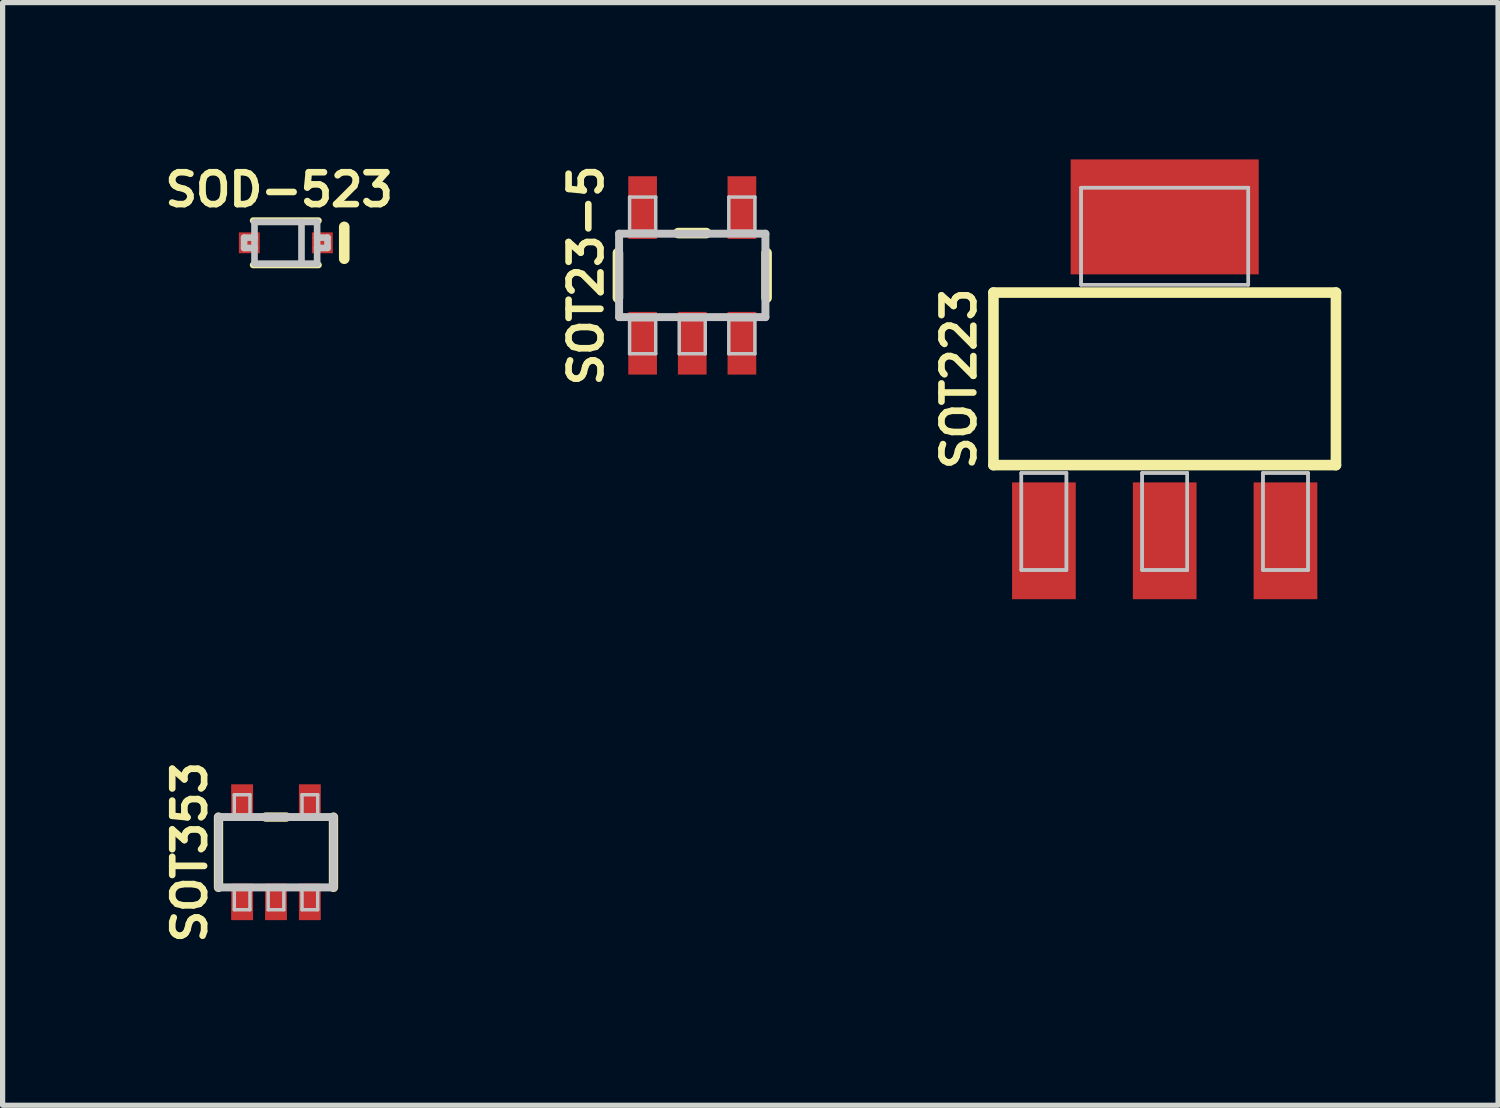
<source format=kicad_pcb>
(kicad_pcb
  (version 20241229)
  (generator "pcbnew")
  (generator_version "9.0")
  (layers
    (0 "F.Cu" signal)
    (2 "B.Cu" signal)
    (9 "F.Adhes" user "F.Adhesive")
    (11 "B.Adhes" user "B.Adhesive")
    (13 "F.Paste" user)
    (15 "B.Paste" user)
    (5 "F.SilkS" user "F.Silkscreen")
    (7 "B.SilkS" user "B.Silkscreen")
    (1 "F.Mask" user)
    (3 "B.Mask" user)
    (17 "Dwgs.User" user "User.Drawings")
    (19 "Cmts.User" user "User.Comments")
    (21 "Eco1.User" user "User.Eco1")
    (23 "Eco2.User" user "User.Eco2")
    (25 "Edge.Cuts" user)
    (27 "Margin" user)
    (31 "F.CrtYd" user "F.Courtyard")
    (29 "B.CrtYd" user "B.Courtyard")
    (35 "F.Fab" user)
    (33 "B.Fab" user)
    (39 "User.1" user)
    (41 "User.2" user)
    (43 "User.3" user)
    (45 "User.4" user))
  (footprint "SOT23-5"
    (layer "F.Cu")
    (at 10.196 2.22)
    (property "Reference" "SOT23-5" (at -2.032 0 90) (layer "F.SilkS") (effects (font (size 0.61 0.61) (thickness 0.127))))
    (attr smd)
    (fp_line (start -1.422 0.429) (end -1.422 -0.429) (stroke (width 0.203) (type solid)) (layer "F.SilkS"))
    (fp_line (start -0.267 -0.81) (end 0.267 -0.81) (stroke (width 0.203) (type solid)) (layer "F.SilkS"))
    (fp_line (start 1.422 -0.429) (end 1.422 0.429) (stroke (width 0.203) (type solid)) (layer "F.SilkS"))
    (fp_line (start -1.4 -0.798) (end -1.4 0.798) (stroke (width 0.152) (type solid)) (layer "Dwgs.User"))
    (fp_line (start -1.4 -0.798) (end 1.4 -0.798) (stroke (width 0.152) (type solid)) (layer "Dwgs.User"))
    (fp_line (start -1.199 -1.499) (end -0.699 -1.499) (stroke (width 0.066) (type solid)) (layer "Dwgs.User"))
    (fp_line (start -1.199 -0.848) (end -1.199 -1.499) (stroke (width 0.066) (type solid)) (layer "Dwgs.User"))
    (fp_line (start -1.199 -0.848) (end -0.699 -0.848) (stroke (width 0.066) (type solid)) (layer "Dwgs.User"))
    (fp_line (start -1.199 0.848) (end -0.699 0.848) (stroke (width 0.066) (type solid)) (layer "Dwgs.User"))
    (fp_line (start -1.199 1.499) (end -1.199 0.848) (stroke (width 0.066) (type solid)) (layer "Dwgs.User"))
    (fp_line (start -1.199 1.499) (end -0.699 1.499) (stroke (width 0.066) (type solid)) (layer "Dwgs.User"))
    (fp_line (start -0.699 -0.848) (end -0.699 -1.499) (stroke (width 0.066) (type solid)) (layer "Dwgs.User"))
    (fp_line (start -0.699 1.499) (end -0.699 0.848) (stroke (width 0.066) (type solid)) (layer "Dwgs.User"))
    (fp_line (start -0.249 0.848) (end 0.249 0.848) (stroke (width 0.066) (type solid)) (layer "Dwgs.User"))
    (fp_line (start -0.249 1.499) (end -0.249 0.848) (stroke (width 0.066) (type solid)) (layer "Dwgs.User"))
    (fp_line (start -0.249 1.499) (end 0.249 1.499) (stroke (width 0.066) (type solid)) (layer "Dwgs.User"))
    (fp_line (start 0.249 1.499) (end 0.249 0.848) (stroke (width 0.066) (type solid)) (layer "Dwgs.User"))
    (fp_line (start 0.699 -1.499) (end 1.199 -1.499) (stroke (width 0.066) (type solid)) (layer "Dwgs.User"))
    (fp_line (start 0.699 -0.848) (end 0.699 -1.499) (stroke (width 0.066) (type solid)) (layer "Dwgs.User"))
    (fp_line (start 0.699 -0.848) (end 1.199 -0.848) (stroke (width 0.066) (type solid)) (layer "Dwgs.User"))
    (fp_line (start 0.699 0.848) (end 1.199 0.848) (stroke (width 0.066) (type solid)) (layer "Dwgs.User"))
    (fp_line (start 0.699 1.499) (end 0.699 0.848) (stroke (width 0.066) (type solid)) (layer "Dwgs.User"))
    (fp_line (start 0.699 1.499) (end 1.199 1.499) (stroke (width 0.066) (type solid)) (layer "Dwgs.User"))
    (fp_line (start 1.199 -0.848) (end 1.199 -1.499) (stroke (width 0.066) (type solid)) (layer "Dwgs.User"))
    (fp_line (start 1.199 1.499) (end 1.199 0.848) (stroke (width 0.066) (type solid)) (layer "Dwgs.User"))
    (fp_line (start 1.4 -0.798) (end 1.4 0.798) (stroke (width 0.152) (type solid)) (layer "Dwgs.User"))
    (fp_line (start 1.4 0.798) (end -1.4 0.798) (stroke (width 0.152) (type solid)) (layer "Dwgs.User"))
    (pad "1" smd rect (at -0.95 1.298) (size 0.549 1.199) (layers "F.Cu" "F.Mask" "F.Paste"))
    (pad "2" smd rect (at 0 1.298) (size 0.549 1.199) (layers "F.Cu" "F.Mask" "F.Paste"))
    (pad "3" smd rect (at 0.95 1.298) (size 0.549 1.199) (layers "F.Cu" "F.Mask" "F.Paste"))
    (pad "4" smd rect (at 0.95 -1.298) (size 0.549 1.199) (layers "F.Cu" "F.Mask" "F.Paste"))
    (pad "5" smd rect (at -0.95 -1.298) (size 0.549 1.199) (layers "F.Cu" "F.Mask" "F.Paste")))
  (footprint "SOT353"
    (layer "F.Cu")
    (at 2.231 13.257)
    (property "Reference" "SOT353" (at -1.651 0 90) (layer "F.SilkS") (effects (font (size 0.61 0.61) (thickness 0.127))))
    (attr smd)
    (fp_line (start -1.1 0.673) (end -1.1 -0.673) (stroke (width 0.178) (type solid)) (layer "F.SilkS"))
    (fp_line (start -0.198 -0.673) (end 0.198 -0.673) (stroke (width 0.178) (type solid)) (layer "F.SilkS"))
    (fp_line (start 1.1 -0.673) (end 1.1 0.673) (stroke (width 0.178) (type solid)) (layer "F.SilkS"))
    (fp_line (start -1.1 -0.673) (end 1.1 -0.673) (stroke (width 0.152) (type solid)) (layer "Dwgs.User"))
    (fp_line (start -1.1 0.673) (end -1.1 -0.673) (stroke (width 0.152) (type solid)) (layer "Dwgs.User"))
    (fp_line (start -0.798 -1.1) (end -0.498 -1.1) (stroke (width 0.066) (type solid)) (layer "Dwgs.User"))
    (fp_line (start -0.798 -0.699) (end -0.798 -1.1) (stroke (width 0.066) (type solid)) (layer "Dwgs.User"))
    (fp_line (start -0.798 -0.699) (end -0.498 -0.699) (stroke (width 0.066) (type solid)) (layer "Dwgs.User"))
    (fp_line (start -0.798 0.699) (end -0.498 0.699) (stroke (width 0.066) (type solid)) (layer "Dwgs.User"))
    (fp_line (start -0.798 1.1) (end -0.798 0.699) (stroke (width 0.066) (type solid)) (layer "Dwgs.User"))
    (fp_line (start -0.798 1.1) (end -0.498 1.1) (stroke (width 0.066) (type solid)) (layer "Dwgs.User"))
    (fp_line (start -0.498 -0.699) (end -0.498 -1.1) (stroke (width 0.066) (type solid)) (layer "Dwgs.User"))
    (fp_line (start -0.498 1.1) (end -0.498 0.699) (stroke (width 0.066) (type solid)) (layer "Dwgs.User"))
    (fp_line (start -0.15 0.699) (end 0.15 0.699) (stroke (width 0.066) (type solid)) (layer "Dwgs.User"))
    (fp_line (start -0.15 1.1) (end -0.15 0.699) (stroke (width 0.066) (type solid)) (layer "Dwgs.User"))
    (fp_line (start -0.15 1.1) (end 0.15 1.1) (stroke (width 0.066) (type solid)) (layer "Dwgs.User"))
    (fp_line (start 0.15 1.1) (end 0.15 0.699) (stroke (width 0.066) (type solid)) (layer "Dwgs.User"))
    (fp_line (start 0.498 -1.1) (end 0.798 -1.1) (stroke (width 0.066) (type solid)) (layer "Dwgs.User"))
    (fp_line (start 0.498 -0.699) (end 0.498 -1.1) (stroke (width 0.066) (type solid)) (layer "Dwgs.User"))
    (fp_line (start 0.498 -0.699) (end 0.798 -0.699) (stroke (width 0.066) (type solid)) (layer "Dwgs.User"))
    (fp_line (start 0.498 0.699) (end 0.798 0.699) (stroke (width 0.066) (type solid)) (layer "Dwgs.User"))
    (fp_line (start 0.498 1.1) (end 0.498 0.699) (stroke (width 0.066) (type solid)) (layer "Dwgs.User"))
    (fp_line (start 0.498 1.1) (end 0.798 1.1) (stroke (width 0.066) (type solid)) (layer "Dwgs.User"))
    (fp_line (start 0.798 -0.699) (end 0.798 -1.1) (stroke (width 0.066) (type solid)) (layer "Dwgs.User"))
    (fp_line (start 0.798 1.1) (end 0.798 0.699) (stroke (width 0.066) (type solid)) (layer "Dwgs.User"))
    (fp_line (start 1.1 -0.673) (end 1.1 0.673) (stroke (width 0.152) (type solid)) (layer "Dwgs.User"))
    (fp_line (start 1.1 0.673) (end -1.1 0.673) (stroke (width 0.152) (type solid)) (layer "Dwgs.User"))
    (pad "1" smd rect (at -0.648 0.95) (size 0.419 0.699) (layers "F.Cu" "F.Mask" "F.Paste"))
    (pad "2" smd rect (at 0 0.95) (size 0.419 0.699) (layers "F.Cu" "F.Mask" "F.Paste"))
    (pad "3" smd rect (at 0.648 0.95) (size 0.419 0.699) (layers "F.Cu" "F.Mask" "F.Paste"))
    (pad "4" smd rect (at 0.648 -0.95) (size 0.419 0.699) (layers "F.Cu" "F.Mask" "F.Paste"))
    (pad "5" smd rect (at -0.648 -0.95) (size 0.419 0.699) (layers "F.Cu" "F.Mask" "F.Paste")))
  (footprint "SOT223"
    (layer "F.Cu")
    (at 19.236 4.199)
    (property "Reference" "SOT223" (at -3.937 0 90) (layer "F.SilkS") (effects (font (size 0.61 0.61) (thickness 0.127))))
    (attr smd)
    (fp_line (start -3.277 -1.651) (end 3.277 -1.651) (stroke (width 0.203) (type solid)) (layer "F.SilkS"))
    (fp_line (start -3.277 1.651) (end -3.277 -1.651) (stroke (width 0.203) (type solid)) (layer "F.SilkS"))
    (fp_line (start 3.277 -1.651) (end 3.277 1.651) (stroke (width 0.203) (type solid)) (layer "F.SilkS"))
    (fp_line (start 3.277 1.651) (end -3.277 1.651) (stroke (width 0.203) (type solid)) (layer "F.SilkS"))
    (fp_line (start -2.743 1.801) (end -1.88 1.801) (stroke (width 0.066) (type solid)) (layer "Dwgs.User"))
    (fp_line (start -2.743 1.801) (end -1.88 1.801) (stroke (width 0.066) (type solid)) (layer "Dwgs.User"))
    (fp_line (start -2.743 3.658) (end -2.743 1.801) (stroke (width 0.066) (type solid)) (layer "Dwgs.User"))
    (fp_line (start -2.743 3.658) (end -2.743 1.801) (stroke (width 0.066) (type solid)) (layer "Dwgs.User"))
    (fp_line (start -2.743 3.658) (end -1.88 3.658) (stroke (width 0.066) (type solid)) (layer "Dwgs.User"))
    (fp_line (start -2.743 3.658) (end -1.88 3.658) (stroke (width 0.066) (type solid)) (layer "Dwgs.User"))
    (fp_line (start -1.88 3.658) (end -1.88 1.801) (stroke (width 0.066) (type solid)) (layer "Dwgs.User"))
    (fp_line (start -1.88 3.658) (end -1.88 1.801) (stroke (width 0.066) (type solid)) (layer "Dwgs.User"))
    (fp_line (start -1.6 -3.658) (end 1.6 -3.658) (stroke (width 0.066) (type solid)) (layer "Dwgs.User"))
    (fp_line (start -1.6 -3.658) (end 1.6 -3.658) (stroke (width 0.066) (type solid)) (layer "Dwgs.User"))
    (fp_line (start -1.6 -1.801) (end -1.6 -3.658) (stroke (width 0.066) (type solid)) (layer "Dwgs.User"))
    (fp_line (start -1.6 -1.801) (end -1.6 -3.658) (stroke (width 0.066) (type solid)) (layer "Dwgs.User"))
    (fp_line (start -1.6 -1.801) (end 1.6 -1.801) (stroke (width 0.066) (type solid)) (layer "Dwgs.User"))
    (fp_line (start -1.6 -1.801) (end 1.6 -1.801) (stroke (width 0.066) (type solid)) (layer "Dwgs.User"))
    (fp_line (start -0.432 1.801) (end 0.432 1.801) (stroke (width 0.066) (type solid)) (layer "Dwgs.User"))
    (fp_line (start -0.432 1.801) (end 0.432 1.801) (stroke (width 0.066) (type solid)) (layer "Dwgs.User"))
    (fp_line (start -0.432 3.658) (end -0.432 1.801) (stroke (width 0.066) (type solid)) (layer "Dwgs.User"))
    (fp_line (start -0.432 3.658) (end -0.432 1.801) (stroke (width 0.066) (type solid)) (layer "Dwgs.User"))
    (fp_line (start -0.432 3.658) (end 0.432 3.658) (stroke (width 0.066) (type solid)) (layer "Dwgs.User"))
    (fp_line (start -0.432 3.658) (end 0.432 3.658) (stroke (width 0.066) (type solid)) (layer "Dwgs.User"))
    (fp_line (start 0.432 3.658) (end 0.432 1.801) (stroke (width 0.066) (type solid)) (layer "Dwgs.User"))
    (fp_line (start 0.432 3.658) (end 0.432 1.801) (stroke (width 0.066) (type solid)) (layer "Dwgs.User"))
    (fp_line (start 1.6 -1.801) (end 1.6 -3.658) (stroke (width 0.066) (type solid)) (layer "Dwgs.User"))
    (fp_line (start 1.6 -1.801) (end 1.6 -3.658) (stroke (width 0.066) (type solid)) (layer "Dwgs.User"))
    (fp_line (start 1.88 1.801) (end 2.743 1.801) (stroke (width 0.066) (type solid)) (layer "Dwgs.User"))
    (fp_line (start 1.88 1.801) (end 2.743 1.801) (stroke (width 0.066) (type solid)) (layer "Dwgs.User"))
    (fp_line (start 1.88 3.658) (end 1.88 1.801) (stroke (width 0.066) (type solid)) (layer "Dwgs.User"))
    (fp_line (start 1.88 3.658) (end 1.88 1.801) (stroke (width 0.066) (type solid)) (layer "Dwgs.User"))
    (fp_line (start 1.88 3.658) (end 2.743 3.658) (stroke (width 0.066) (type solid)) (layer "Dwgs.User"))
    (fp_line (start 1.88 3.658) (end 2.743 3.658) (stroke (width 0.066) (type solid)) (layer "Dwgs.User"))
    (fp_line (start 2.743 3.658) (end 2.743 1.801) (stroke (width 0.066) (type solid)) (layer "Dwgs.User"))
    (fp_line (start 2.743 3.658) (end 2.743 1.801) (stroke (width 0.066) (type solid)) (layer "Dwgs.User"))
    (pad "1" smd rect (at -2.311 3.099) (size 1.219 2.235) (layers "F.Cu" "F.Mask" "F.Paste"))
    (pad "2" smd rect (at 0 3.099) (size 1.219 2.235) (layers "F.Cu" "F.Mask" "F.Paste"))
    (pad "3" smd rect (at 2.311 3.099) (size 1.219 2.235) (layers "F.Cu" "F.Mask" "F.Paste"))
    (pad "4" smd rect (at 0 -3.099) (size 3.599 2.2) (layers "F.Cu" "F.Mask" "F.Paste")))
  (footprint "SOD-523"
    (layer "F.Cu")
    (at 2.419 1.596)
    (property "Reference" "SOD-523" (at -0.127 -1.016 0) (layer "F.SilkS") (effects (font (size 0.61 0.61) (thickness 0.127))))
    (attr smd)
    (fp_line (start -0.625 0.424) (end 0.625 0.424) (stroke (width 0.127) (type solid)) (layer "F.SilkS"))
    (fp_line (start 0.625 -0.424) (end -0.625 -0.424) (stroke (width 0.127) (type solid)) (layer "F.SilkS"))
    (fp_line (start 1.118 -0.305) (end 1.118 0.305) (stroke (width 0.203) (type solid)) (layer "F.SilkS"))
    (fp_line (start -0.798 -0.099) (end -0.798 0.099) (stroke (width 0.127) (type solid)) (layer "Dwgs.User"))
    (fp_line (start -0.599 -0.399) (end -0.599 -0.099) (stroke (width 0.127) (type solid)) (layer "Dwgs.User"))
    (fp_line (start -0.599 -0.099) (end -0.798 -0.099) (stroke (width 0.127) (type solid)) (layer "Dwgs.User"))
    (fp_line (start -0.599 -0.099) (end -0.599 0.099) (stroke (width 0.127) (type solid)) (layer "Dwgs.User"))
    (fp_line (start -0.599 0.099) (end -0.798 0.099) (stroke (width 0.127) (type solid)) (layer "Dwgs.User"))
    (fp_line (start -0.599 0.099) (end -0.599 0.399) (stroke (width 0.127) (type solid)) (layer "Dwgs.User"))
    (fp_line (start -0.599 0.399) (end 0.3 0.399) (stroke (width 0.127) (type solid)) (layer "Dwgs.User"))
    (fp_line (start 0.3 -0.399) (end -0.599 -0.399) (stroke (width 0.127) (type solid)) (layer "Dwgs.User"))
    (fp_line (start 0.3 -0.399) (end 0.3 0.399) (stroke (width 0.127) (type solid)) (layer "Dwgs.User"))
    (fp_line (start 0.3 0.399) (end 0.599 0.399) (stroke (width 0.127) (type solid)) (layer "Dwgs.User"))
    (fp_line (start 0.599 -0.399) (end 0.3 -0.399) (stroke (width 0.127) (type solid)) (layer "Dwgs.User"))
    (fp_line (start 0.599 -0.099) (end 0.599 -0.399) (stroke (width 0.127) (type solid)) (layer "Dwgs.User"))
    (fp_line (start 0.599 -0.099) (end 0.798 -0.099) (stroke (width 0.127) (type solid)) (layer "Dwgs.User"))
    (fp_line (start 0.599 0.099) (end 0.599 -0.099) (stroke (width 0.127) (type solid)) (layer "Dwgs.User"))
    (fp_line (start 0.599 0.399) (end 0.599 0.099) (stroke (width 0.127) (type solid)) (layer "Dwgs.User"))
    (fp_line (start 0.798 -0.099) (end 0.798 0.099) (stroke (width 0.127) (type solid)) (layer "Dwgs.User"))
    (fp_line (start 0.798 0.099) (end 0.599 0.099) (stroke (width 0.127) (type solid)) (layer "Dwgs.User"))
    (pad "A" smd rect (at -0.699 0) (size 0.399 0.399) (layers "F.Cu" "F.Mask" "F.Paste"))
    (pad "C" smd rect (at 0.699 0) (size 0.399 0.399) (layers "F.Cu" "F.Mask" "F.Paste")))
  (gr_rect
    (start -3 -3)
    (end 25.615 18.099)
    (stroke (width 0.1) (type default))
    (fill no)
    (layer "Edge.Cuts")))
</source>
